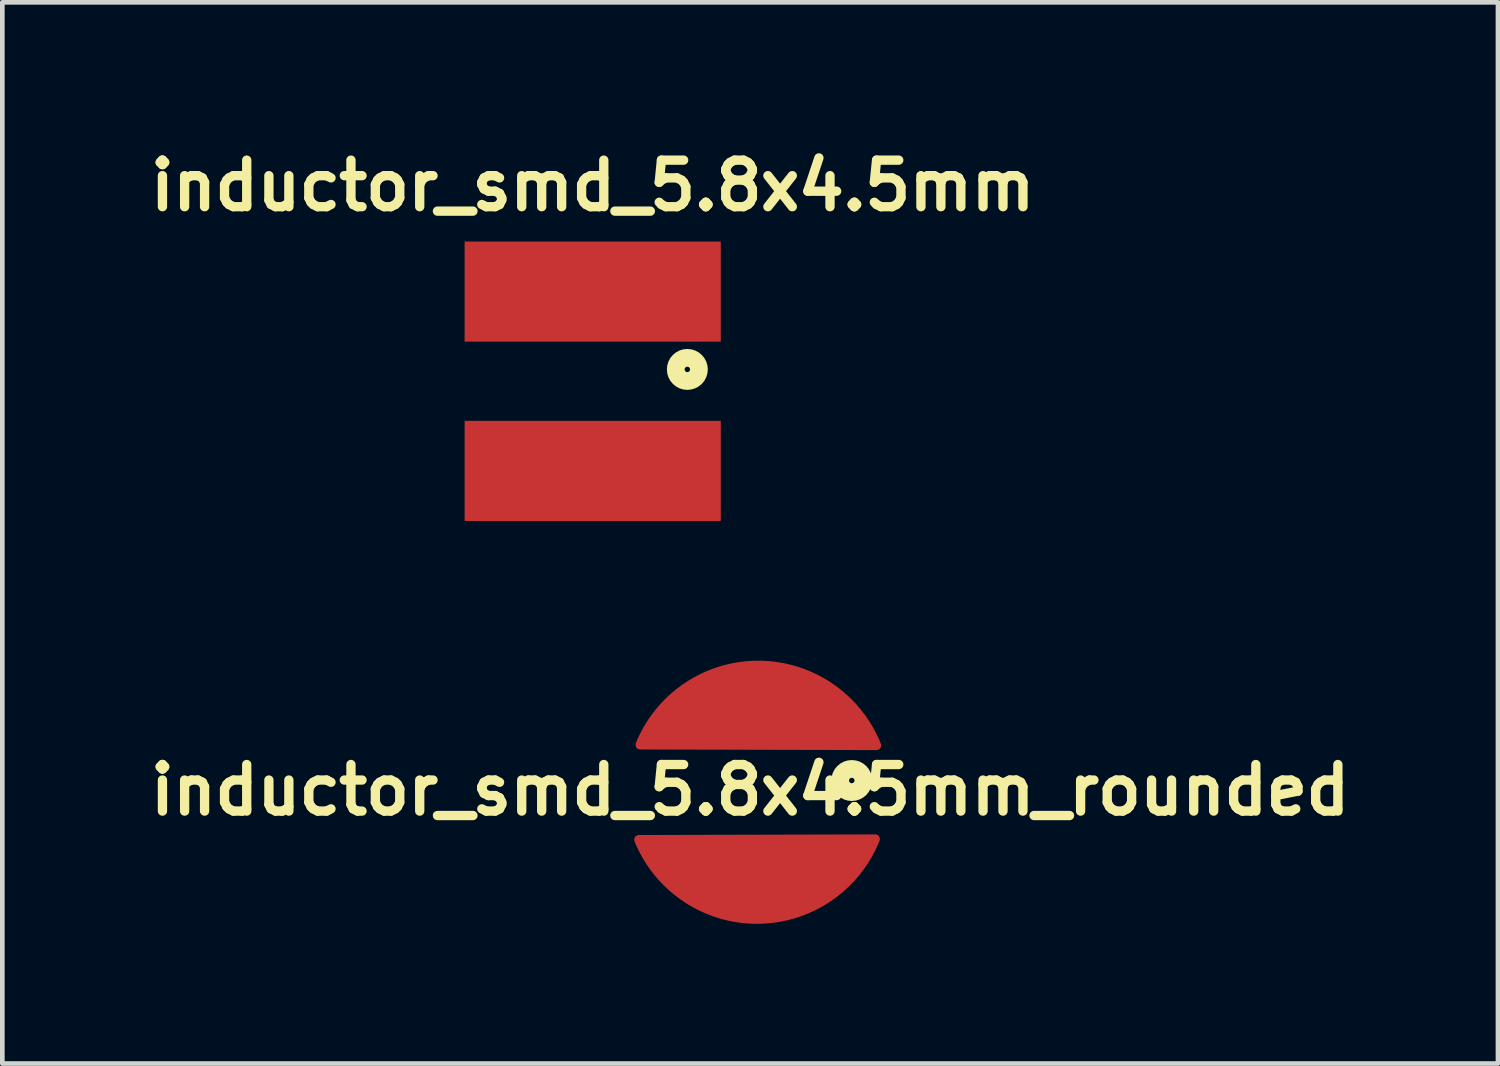
<source format=kicad_pcb>
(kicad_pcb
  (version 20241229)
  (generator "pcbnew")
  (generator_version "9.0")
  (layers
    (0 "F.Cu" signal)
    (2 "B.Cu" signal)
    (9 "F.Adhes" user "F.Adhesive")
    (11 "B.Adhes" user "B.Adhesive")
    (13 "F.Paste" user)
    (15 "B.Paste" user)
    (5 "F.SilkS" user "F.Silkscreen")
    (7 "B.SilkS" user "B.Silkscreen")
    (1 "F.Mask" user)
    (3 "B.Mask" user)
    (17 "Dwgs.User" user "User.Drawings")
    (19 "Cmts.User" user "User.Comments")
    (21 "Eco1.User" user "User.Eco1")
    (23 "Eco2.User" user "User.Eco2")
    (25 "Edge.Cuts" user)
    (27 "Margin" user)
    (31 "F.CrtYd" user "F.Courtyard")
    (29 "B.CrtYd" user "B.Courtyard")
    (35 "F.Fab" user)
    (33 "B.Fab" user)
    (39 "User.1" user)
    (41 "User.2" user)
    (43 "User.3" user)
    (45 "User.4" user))
  (footprint "inductor_smd_5.8x4.5mm_rounded"
    (layer "F.Cu")
    (at 13.207 13.963)
    (property "Reference" "inductor_smd_5.8x4.5mm_rounded" (at -0.15 -0.05 180) (layer "F.SilkS") (effects (font (size 1 1) (thickness 0.2))))
    (attr smd)
    (fp_poly (pts (arc (start -2.54 1.016) (mid 0.001822 2.722255) (end 2.534598 1.002601))) (stroke (width 0.2) (type solid)) (fill yes) (layer "F.Cu"))
    (fp_poly (pts (arc (start -2.511647 -1.02062) (mid 0.030175 -2.726875) (end 2.562951 -1.007221))) (stroke (width 0.2) (type solid)) (fill yes) (layer "F.Cu"))
    (fp_circle (center 2.032 -0.254) (end 2.032 -0.005) (stroke (width 0.381) (type solid)) (fill no) (layer "F.SilkS"))
    (fp_poly (pts (arc (start -2.539996 1.017341) (mid 0.001826 2.723596) (end 2.534602 1.003942))) (stroke (width 0.2) (type solid)) (fill yes) (layer "F.Paste"))
    (fp_poly (pts (arc (start -2.511643 -1.019279) (mid 0.030179 -2.725534) (end 2.562955 -1.00588))) (stroke (width 0.2) (type solid)) (fill yes) (layer "F.Paste"))
    (pad "1" smd roundrect (at 0 -1.925) (size 2 1) (layers "F.Cu" "F.Mask" "F.Paste") (roundrect_rratio 0.25))
    (pad "2" smd rect (at 0 1.925) (size 2 1) (layers "F.Cu" "F.Mask" "F.Paste")))
  (footprint "inductor_smd_5.8x4.5mm"
    (layer "F.Cu")
    (at 9.676 5.136)
    (property "Reference" "inductor_smd_5.8x4.5mm" (at 0 -4.2 0) (layer "F.SilkS") (effects (font (size 1 1) (thickness 0.2))))
    (attr smd)
    (fp_circle (center 2.032 -0.254) (end 2.032 -0.005) (stroke (width 0.381) (type solid)) (fill no) (layer "F.SilkS"))
    (pad "1" smd rect (at 0 -1.925) (size 5.5 2.15) (layers "F.Cu" "F.Mask" "F.Paste"))
    (pad "2" smd rect (at 0 1.925) (size 5.5 2.15) (layers "F.Cu" "F.Mask" "F.Paste")))
  (gr_rect
    (start -3 -3)
    (end 29.114 19.786)
    (stroke (width 0.1) (type default))
    (fill no)
    (layer "Edge.Cuts")))
</source>
